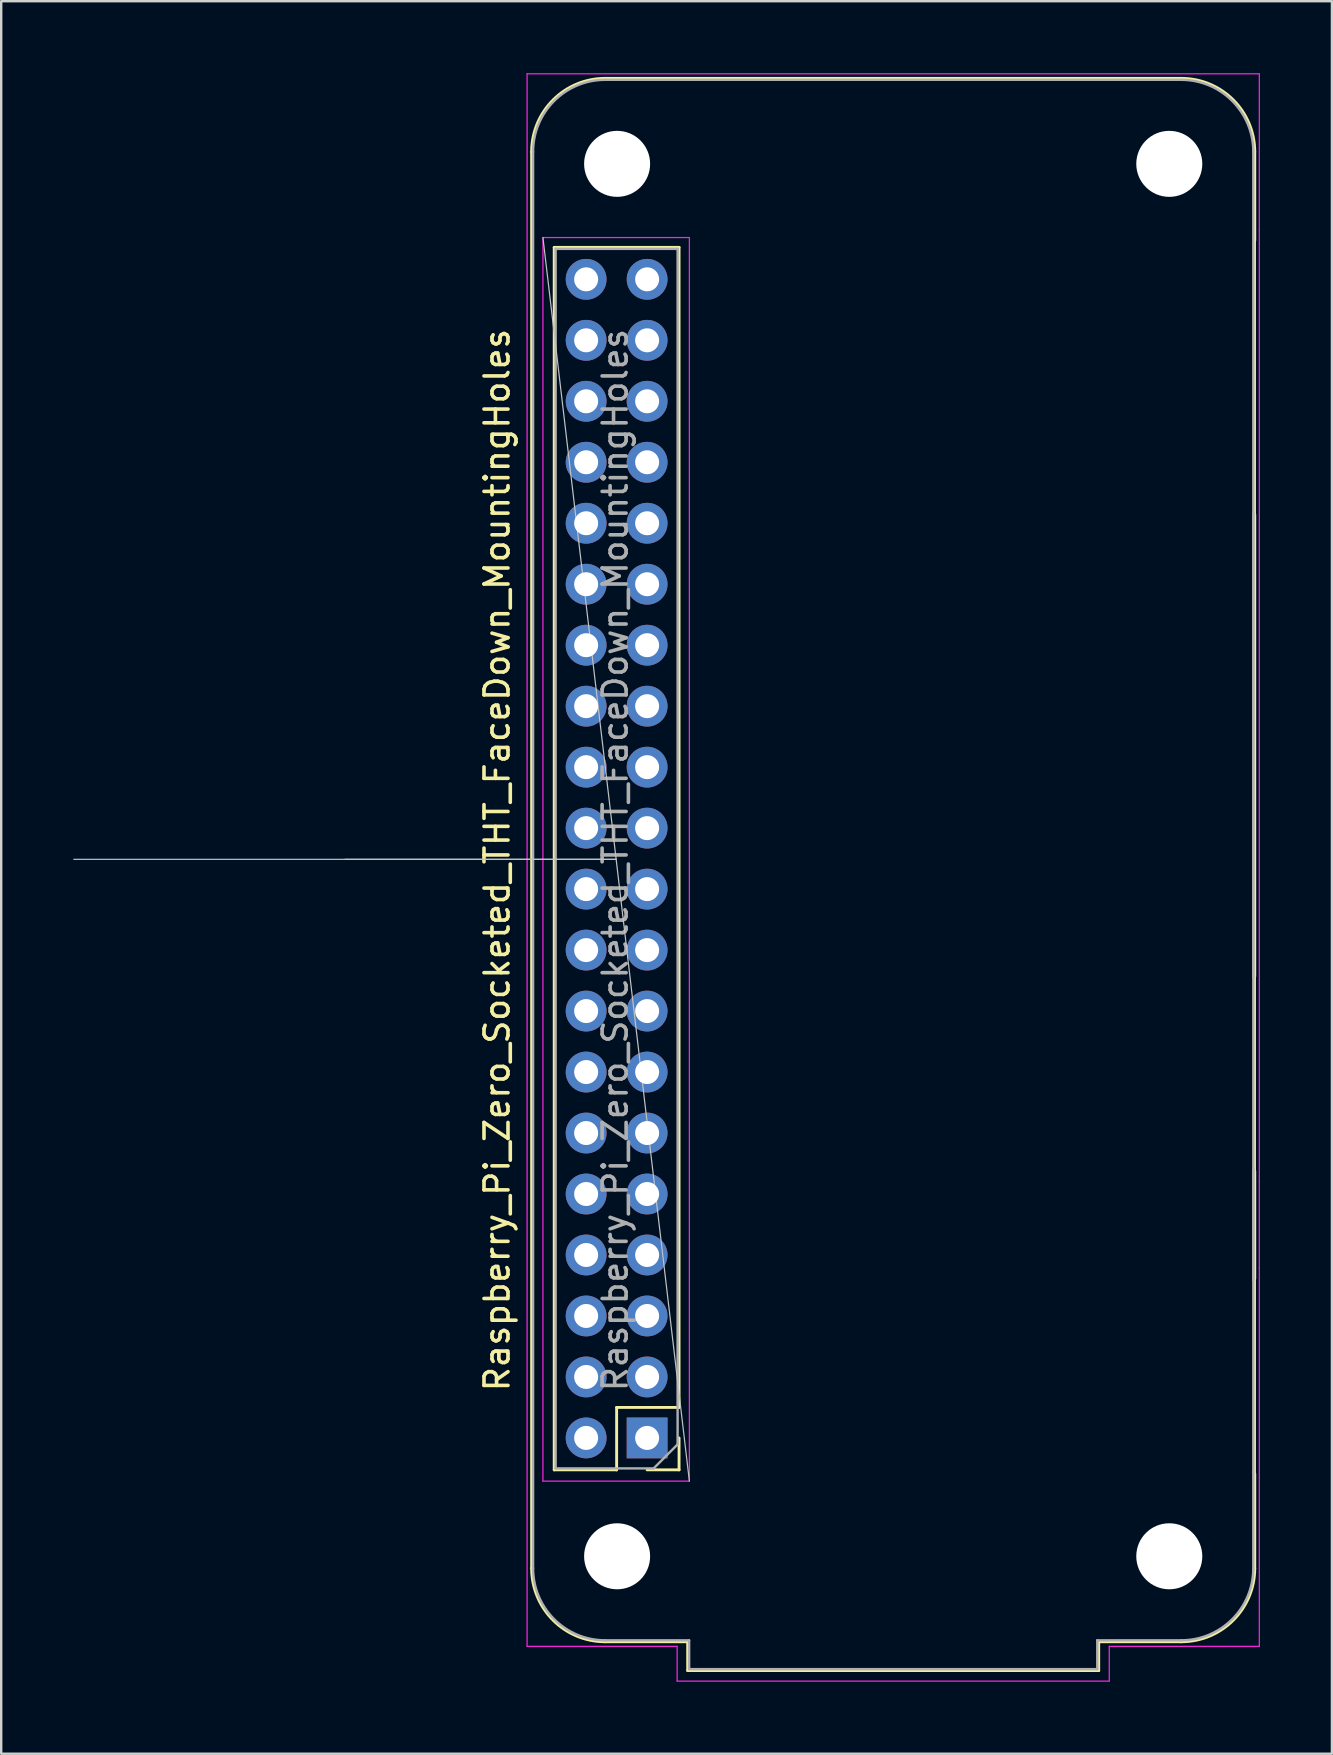
<source format=kicad_pcb>
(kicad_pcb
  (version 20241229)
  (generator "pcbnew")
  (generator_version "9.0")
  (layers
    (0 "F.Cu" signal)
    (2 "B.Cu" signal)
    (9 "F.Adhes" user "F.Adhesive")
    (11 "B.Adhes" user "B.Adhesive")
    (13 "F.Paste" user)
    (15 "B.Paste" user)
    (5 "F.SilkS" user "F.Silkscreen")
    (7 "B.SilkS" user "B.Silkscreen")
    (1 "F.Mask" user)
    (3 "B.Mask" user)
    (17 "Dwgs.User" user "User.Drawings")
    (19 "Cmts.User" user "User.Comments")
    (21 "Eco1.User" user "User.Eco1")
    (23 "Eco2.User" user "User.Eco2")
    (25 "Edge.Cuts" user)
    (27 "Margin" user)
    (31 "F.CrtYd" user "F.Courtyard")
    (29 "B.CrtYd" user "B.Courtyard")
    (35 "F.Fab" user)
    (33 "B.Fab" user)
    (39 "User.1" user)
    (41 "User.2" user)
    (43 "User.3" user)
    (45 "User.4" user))
  (footprint "Raspberry_Pi_Zero_Socketed_THT_FaceDown_MountingHoles"
    (layer "F.Cu")
    (at 23.925 8.645)
    (property "Reference" "Raspberry_Pi_Zero_Socketed_THT_FaceDown_MountingHoles" (at -6.27 24.13 90) (layer "F.SilkS") (effects (font (size 1 1) (thickness 0.15))))
    (attr through_hole)
    (fp_line (start -4.83 53.63) (end -4.83 -5.37) (stroke (width 0.12) (type solid)) (layer "F.SilkS"))
    (fp_line (start -3.89 -1.39) (end 1.31 -1.39) (stroke (width 0.12) (type solid)) (layer "F.SilkS"))
    (fp_line (start -3.89 49.53) (end -3.89 -1.39) (stroke (width 0.12) (type solid)) (layer "F.SilkS"))
    (fp_line (start -3.89 49.53) (end -1.29 49.53) (stroke (width 0.12) (type solid)) (layer "F.SilkS"))
    (fp_line (start -1.77 -8.43) (end 22.23 -8.43) (stroke (width 0.12) (type solid)) (layer "F.SilkS"))
    (fp_line (start -1.29 46.93) (end 1.31 46.93) (stroke (width 0.12) (type solid)) (layer "F.SilkS"))
    (fp_line (start -1.29 49.53) (end -1.29 46.93) (stroke (width 0.12) (type solid)) (layer "F.SilkS"))
    (fp_line (start -0.02 49.53) (end 1.31 49.53) (stroke (width 0.12) (type solid)) (layer "F.SilkS"))
    (fp_line (start 1.31 46.93) (end 1.31 -1.39) (stroke (width 0.12) (type solid)) (layer "F.SilkS"))
    (fp_line (start 1.31 49.53) (end 1.31 48.2) (stroke (width 0.12) (type solid)) (layer "F.SilkS"))
    (fp_line (start 1.67 56.69) (end -1.77 56.69) (stroke (width 0.12) (type solid)) (layer "F.SilkS"))
    (fp_line (start 1.67 56.69) (end 1.67 57.89) (stroke (width 0.12) (type solid)) (layer "F.SilkS"))
    (fp_line (start 1.67 57.89) (end 18.79 57.89) (stroke (width 0.12) (type solid)) (layer "F.SilkS"))
    (fp_line (start 18.79 56.69) (end 22.23 56.69) (stroke (width 0.12) (type solid)) (layer "F.SilkS"))
    (fp_line (start 18.79 57.89) (end 18.79 56.69) (stroke (width 0.12) (type solid)) (layer "F.SilkS"))
    (fp_line (start 25.29 -1.68) (end 25.29 -5.37) (stroke (width 0.12) (type solid)) (layer "F.SilkS"))
    (fp_line (start 25.29 28.97) (end 25.29 9.74) (stroke (width 0.12) (type solid)) (layer "F.SilkS"))
    (fp_line (start 25.29 41.57) (end 25.29 37.09) (stroke (width 0.12) (type solid)) (layer "F.SilkS"))
    (fp_line (start 25.29 49.69) (end 25.29 -1.68) (stroke (width 0.1) (type default)) (layer "F.SilkS"))
    (fp_line (start 25.29 53.63) (end 25.29 49.69) (stroke (width 0.12) (type solid)) (layer "F.SilkS"))
    (fp_arc (start -4.83 -5.37) (mid -3.933747 -7.533747) (end -1.77 -8.43) (stroke (width 0.12) (type solid)) (layer "F.SilkS"))
    (fp_arc (start -1.77 56.69) (mid -3.933747 55.793747) (end -4.83 53.63) (stroke (width 0.12) (type solid)) (layer "F.SilkS"))
    (fp_arc (start 22.23 -8.43) (mid 24.393747 -7.533747) (end 25.29 -5.37) (stroke (width 0.12) (type solid)) (layer "F.SilkS"))
    (fp_arc (start 25.29 53.63) (mid 24.393747 55.793747) (end 22.23 56.69) (stroke (width 0.12) (type solid)) (layer "F.SilkS"))
    (fp_line (start -12.605 24.1) (end -1.31 24.1) (stroke (width 0.05) (type solid)) (layer "Dwgs.User"))
    (fp_line (start -4.36 -1.8) (end 1.74 50) (stroke (width 0.05) (type solid)) (layer "Dwgs.User"))
    (fp_line (start -1.31 24.1) (end -23.9 24.1) (stroke (width 0.05) (type solid)) (layer "Dwgs.User"))
    (fp_line (start -5.02 -8.62) (end 25.48 -8.62) (stroke (width 0.05) (type solid)) (layer "F.CrtYd"))
    (fp_line (start -5.02 56.88) (end -5.02 -8.62) (stroke (width 0.05) (type solid)) (layer "F.CrtYd"))
    (fp_line (start -5.02 56.88) (end 1.23 56.88) (stroke (width 0.05) (type solid)) (layer "F.CrtYd"))
    (fp_line (start -4.36 -1.8) (end -4.36 50) (stroke (width 0.05) (type solid)) (layer "F.CrtYd"))
    (fp_line (start -4.36 50) (end 1.74 50) (stroke (width 0.05) (type solid)) (layer "F.CrtYd"))
    (fp_line (start 1.23 58.33) (end 1.23 56.88) (stroke (width 0.05) (type solid)) (layer "F.CrtYd"))
    (fp_line (start 1.74 -1.8) (end -4.36 -1.8) (stroke (width 0.05) (type solid)) (layer "F.CrtYd"))
    (fp_line (start 1.74 50) (end 1.74 -1.8) (stroke (width 0.05) (type solid)) (layer "F.CrtYd"))
    (fp_line (start 19.23 56.88) (end 25.48 56.88) (stroke (width 0.05) (type solid)) (layer "F.CrtYd"))
    (fp_line (start 19.23 58.33) (end 1.23 58.33) (stroke (width 0.05) (type solid)) (layer "F.CrtYd"))
    (fp_line (start 19.23 58.33) (end 19.23 56.88) (stroke (width 0.05) (type solid)) (layer "F.CrtYd"))
    (fp_line (start 25.48 -2.12) (end 25.48 -8.62) (stroke (width 0.05) (type solid)) (layer "F.CrtYd"))
    (fp_line (start 25.48 37.53) (end 25.48 -2.12) (stroke (width 0.05) (type solid)) (layer "F.CrtYd"))
    (fp_line (start 25.48 37.53) (end 25.48 41.13) (stroke (width 0.05) (type solid)) (layer "F.CrtYd"))
    (fp_line (start 25.48 41.13) (end 25.48 56.88) (stroke (width 0.05) (type solid)) (layer "F.CrtYd"))
    (fp_line (start -4.77 53.63) (end -4.77 -5.37) (stroke (width 0.1) (type solid)) (layer "F.Fab"))
    (fp_line (start -3.83 -1.33) (end -3.83 49.47) (stroke (width 0.1) (type solid)) (layer "F.Fab"))
    (fp_line (start -3.83 49.47) (end 0.25 49.47) (stroke (width 0.1) (type solid)) (layer "F.Fab"))
    (fp_line (start -1.77 -8.37) (end 22.23 -8.37) (stroke (width 0.1) (type solid)) (layer "F.Fab"))
    (fp_line (start -1.77 56.63) (end 1.73 56.63) (stroke (width 0.1) (type solid)) (layer "F.Fab"))
    (fp_line (start 0.25 49.47) (end 1.25 48.47) (stroke (width 0.1) (type solid)) (layer "F.Fab"))
    (fp_line (start 1.25 -1.33) (end -3.83 -1.33) (stroke (width 0.1) (type solid)) (layer "F.Fab"))
    (fp_line (start 1.25 48.47) (end 1.25 -1.33) (stroke (width 0.1) (type solid)) (layer "F.Fab"))
    (fp_line (start 1.73 56.63) (end 1.73 57.83) (stroke (width 0.1) (type solid)) (layer "F.Fab"))
    (fp_line (start 1.73 57.83) (end 18.73 57.83) (stroke (width 0.1) (type solid)) (layer "F.Fab"))
    (fp_line (start 18.73 56.63) (end 18.73 57.83) (stroke (width 0.1) (type solid)) (layer "F.Fab"))
    (fp_line (start 22.23 56.63) (end 18.73 56.63) (stroke (width 0.1) (type solid)) (layer "F.Fab"))
    (fp_line (start 25.23 29.03) (end 25.23 9.68) (stroke (width 0.1) (type solid)) (layer "F.Fab"))
    (fp_line (start 25.23 41.63) (end 25.23 37.03) (stroke (width 0.1) (type solid)) (layer "F.Fab"))
    (fp_line (start 25.23 49.63) (end 25.23 -5.37) (stroke (width 0.1) (type solid)) (layer "F.Fab"))
    (fp_line (start 25.23 49.63) (end 25.23 53.63) (stroke (width 0.1) (type solid)) (layer "F.Fab"))
    (fp_arc (start -4.77 -5.37) (mid -3.89132 -7.49132) (end -1.77 -8.37) (stroke (width 0.1) (type solid)) (layer "F.Fab"))
    (fp_arc (start -1.77 56.63) (mid -3.89132 55.75132) (end -4.77 53.63) (stroke (width 0.1) (type solid)) (layer "F.Fab"))
    (fp_arc (start 22.23 -8.37) (mid 24.35132 -7.49132) (end 25.23 -5.37) (stroke (width 0.1) (type solid)) (layer "F.Fab"))
    (fp_arc (start 25.23 53.63) (mid 24.35132 55.75132) (end 22.23 56.63) (stroke (width 0.1) (type solid)) (layer "F.Fab"))
    (fp_text user "${REFERENCE}" (at -1.35 24.13 270) (layer "F.Fab") (effects (font (size 1 1) (thickness 0.15))))
    (pad "" np_thru_hole circle (at -1.27 -4.87 90) (size 2.75 2.75) (drill 2.75) (layers "*.Cu" "*.Mask"))
    (pad "" np_thru_hole circle (at -1.27 53.13 90) (size 2.75 2.75) (drill 2.75) (layers "*.Cu" "*.Mask"))
    (pad "" np_thru_hole circle (at 21.73 -4.87 90) (size 2.75 2.75) (drill 2.75) (layers "*.Cu" "*.Mask"))
    (pad "" np_thru_hole circle (at 21.73 53.13 90) (size 2.75 2.75) (drill 2.75) (layers "*.Cu" "*.Mask"))
    (pad "1" thru_hole rect (at -0.02 48.2 180) (size 1.7 1.7) (drill 1) (layers "*.Cu" "*.Mask"))
    (pad "2" thru_hole oval (at -2.56 48.2 180) (size 1.7 1.7) (drill 1) (layers "*.Cu" "*.Mask"))
    (pad "3" thru_hole oval (at -0.02 45.66 180) (size 1.7 1.7) (drill 1) (layers "*.Cu" "*.Mask"))
    (pad "4" thru_hole oval (at -2.56 45.66 180) (size 1.7 1.7) (drill 1) (layers "*.Cu" "*.Mask"))
    (pad "5" thru_hole oval (at -0.02 43.12 180) (size 1.7 1.7) (drill 1) (layers "*.Cu" "*.Mask"))
    (pad "6" thru_hole oval (at -2.56 43.12 180) (size 1.7 1.7) (drill 1) (layers "*.Cu" "*.Mask"))
    (pad "7" thru_hole oval (at -0.02 40.58 180) (size 1.7 1.7) (drill 1) (layers "*.Cu" "*.Mask"))
    (pad "8" thru_hole oval (at -2.56 40.58 180) (size 1.7 1.7) (drill 1) (layers "*.Cu" "*.Mask"))
    (pad "9" thru_hole oval (at -0.02 38.04 180) (size 1.7 1.7) (drill 1) (layers "*.Cu" "*.Mask"))
    (pad "10" thru_hole oval (at -2.56 38.04 180) (size 1.7 1.7) (drill 1) (layers "*.Cu" "*.Mask"))
    (pad "11" thru_hole oval (at -0.02 35.5 180) (size 1.7 1.7) (drill 1) (layers "*.Cu" "*.Mask"))
    (pad "12" thru_hole oval (at -2.56 35.5 180) (size 1.7 1.7) (drill 1) (layers "*.Cu" "*.Mask"))
    (pad "13" thru_hole oval (at -0.02 32.96 180) (size 1.7 1.7) (drill 1) (layers "*.Cu" "*.Mask"))
    (pad "14" thru_hole oval (at -2.56 32.96 180) (size 1.7 1.7) (drill 1) (layers "*.Cu" "*.Mask"))
    (pad "15" thru_hole oval (at -0.02 30.42 180) (size 1.7 1.7) (drill 1) (layers "*.Cu" "*.Mask"))
    (pad "16" thru_hole oval (at -2.56 30.42 180) (size 1.7 1.7) (drill 1) (layers "*.Cu" "*.Mask"))
    (pad "17" thru_hole oval (at -0.02 27.88 180) (size 1.7 1.7) (drill 1) (layers "*.Cu" "*.Mask"))
    (pad "18" thru_hole oval (at -2.56 27.88 180) (size 1.7 1.7) (drill 1) (layers "*.Cu" "*.Mask"))
    (pad "19" thru_hole oval (at -0.02 25.34 180) (size 1.7 1.7) (drill 1) (layers "*.Cu" "*.Mask"))
    (pad "20" thru_hole oval (at -2.56 25.34 180) (size 1.7 1.7) (drill 1) (layers "*.Cu" "*.Mask"))
    (pad "21" thru_hole oval (at -0.02 22.8 180) (size 1.7 1.7) (drill 1) (layers "*.Cu" "*.Mask"))
    (pad "22" thru_hole oval (at -2.56 22.8 180) (size 1.7 1.7) (drill 1) (layers "*.Cu" "*.Mask"))
    (pad "23" thru_hole oval (at -0.02 20.26 180) (size 1.7 1.7) (drill 1) (layers "*.Cu" "*.Mask"))
    (pad "24" thru_hole oval (at -2.56 20.26 180) (size 1.7 1.7) (drill 1) (layers "*.Cu" "*.Mask"))
    (pad "25" thru_hole oval (at -0.02 17.72 180) (size 1.7 1.7) (drill 1) (layers "*.Cu" "*.Mask"))
    (pad "26" thru_hole oval (at -2.56 17.72 180) (size 1.7 1.7) (drill 1) (layers "*.Cu" "*.Mask"))
    (pad "27" thru_hole oval (at -0.02 15.18 180) (size 1.7 1.7) (drill 1) (layers "*.Cu" "*.Mask"))
    (pad "28" thru_hole oval (at -2.56 15.18 180) (size 1.7 1.7) (drill 1) (layers "*.Cu" "*.Mask"))
    (pad "29" thru_hole oval (at -0.02 12.64 180) (size 1.7 1.7) (drill 1) (layers "*.Cu" "*.Mask"))
    (pad "30" thru_hole oval (at -2.56 12.64 180) (size 1.7 1.7) (drill 1) (layers "*.Cu" "*.Mask"))
    (pad "31" thru_hole oval (at -0.02 10.1 180) (size 1.7 1.7) (drill 1) (layers "*.Cu" "*.Mask"))
    (pad "32" thru_hole oval (at -2.56 10.1 180) (size 1.7 1.7) (drill 1) (layers "*.Cu" "*.Mask"))
    (pad "33" thru_hole oval (at -0.02 7.56 180) (size 1.7 1.7) (drill 1) (layers "*.Cu" "*.Mask"))
    (pad "34" thru_hole oval (at -2.56 7.56 180) (size 1.7 1.7) (drill 1) (layers "*.Cu" "*.Mask"))
    (pad "35" thru_hole oval (at -0.02 5.02 180) (size 1.7 1.7) (drill 1) (layers "*.Cu" "*.Mask"))
    (pad "36" thru_hole oval (at -2.56 5.02 180) (size 1.7 1.7) (drill 1) (layers "*.Cu" "*.Mask"))
    (pad "37" thru_hole oval (at -0.02 2.48 180) (size 1.7 1.7) (drill 1) (layers "*.Cu" "*.Mask"))
    (pad "38" thru_hole oval (at -2.56 2.48 180) (size 1.7 1.7) (drill 1) (layers "*.Cu" "*.Mask"))
    (pad "39" thru_hole oval (at -0.02 -0.06 180) (size 1.7 1.7) (drill 1) (layers "*.Cu" "*.Mask"))
    (pad "40" thru_hole oval (at -2.56 -0.06 180) (size 1.7 1.7) (drill 1) (layers "*.Cu" "*.Mask")))
  (gr_rect
    (start -3 -3)
    (end 52.43 70)
    (stroke (width 0.1) (type default))
    (fill no)
    (layer "Edge.Cuts")))
</source>
